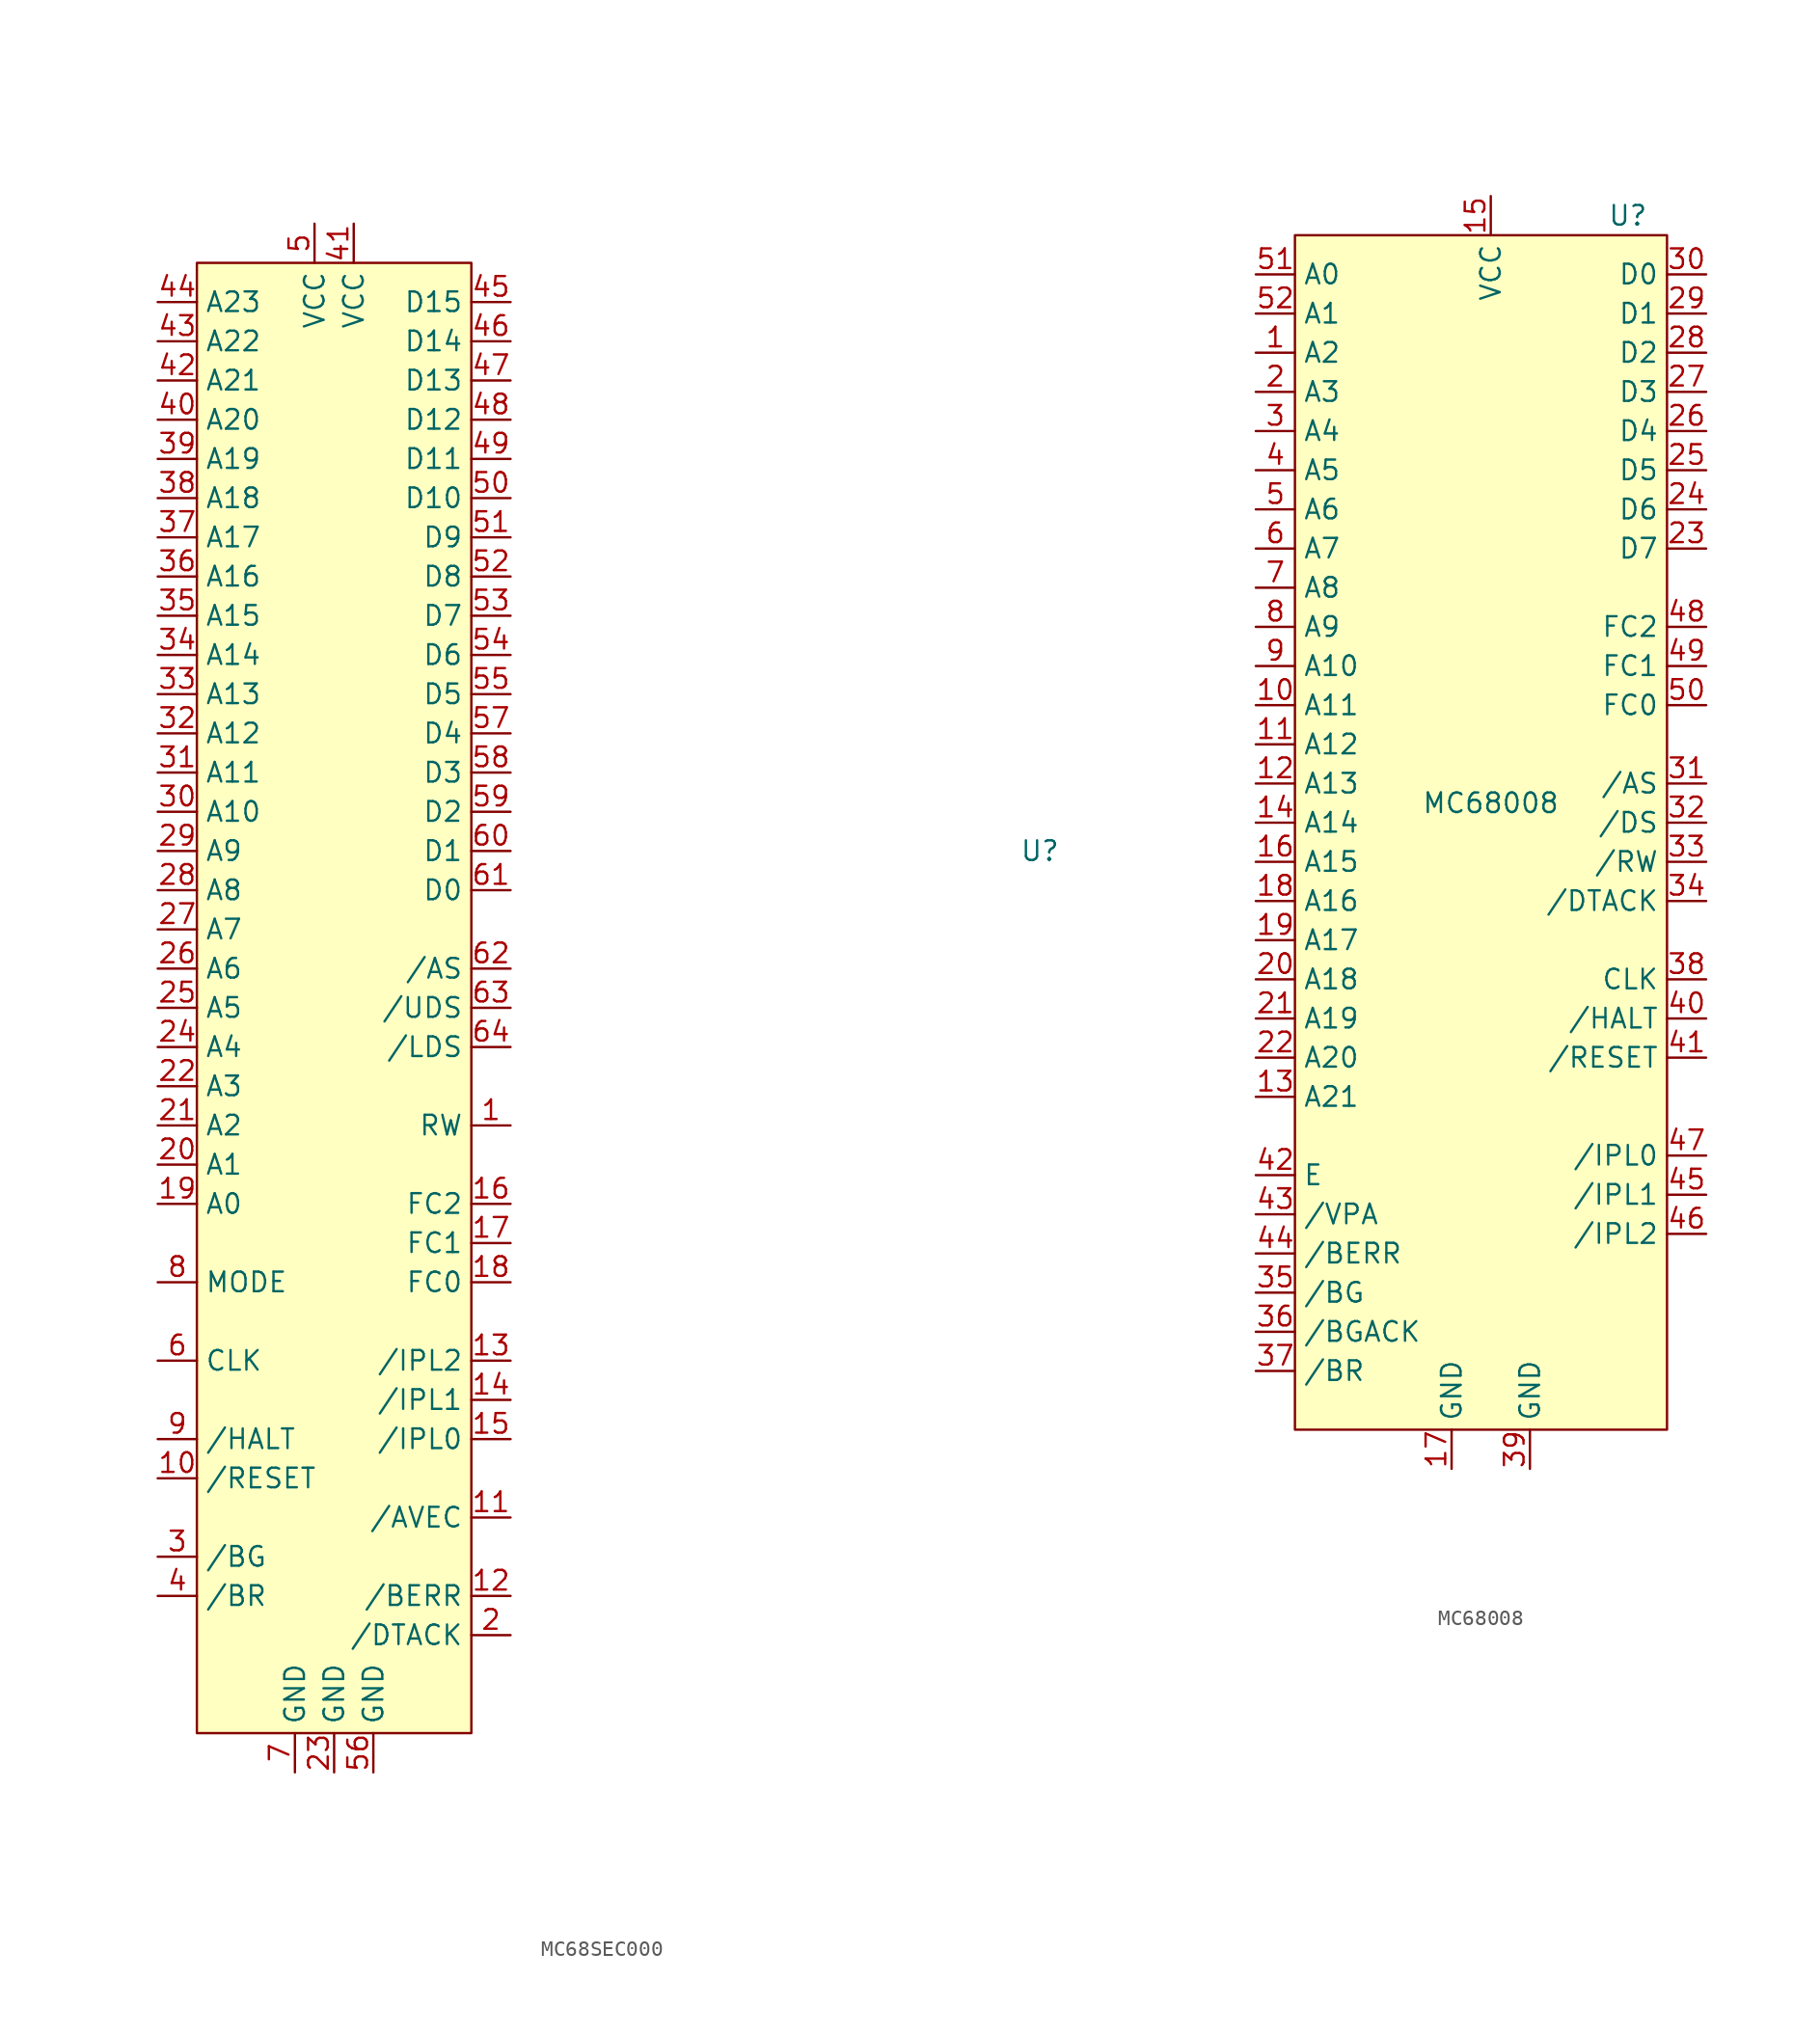
<source format=kicad_sym>
(kicad_symbol_lib
  (version 20231120)
  (generator "kicad_symbol_editor")
  (generator_version "8.0")
  (symbol "MC68SEC000"
    (property "Reference" "U"
      (at 0 0 0)
      (effects (font (size 1.27 1.27))))
    (property "Value" ""
      (at 0 0 0)
      (effects (font (size 1.27 1.27))))
    (symbol "MC68SEC000_1_1"
      (rectangle (start -54.61 38.1) (end -36.83 -57.15) (stroke (width 0) (type default)) (fill (type background)))
      (pin output line (at -34.29 -17.78 180) (length 2.54) (name "RW" (effects (font (size 1.27 1.27)))) (number "1" (effects (font (size 1.27 1.27)))))
      (pin input line (at -57.15 -40.64 0) (length 2.54) (name "/RESET" (effects (font (size 1.27 1.27)))) (number "10" (effects (font (size 1.27 1.27)))))
      (pin input line (at -34.29 -43.18 180) (length 2.54) (name "/AVEC" (effects (font (size 1.27 1.27)))) (number "11" (effects (font (size 1.27 1.27)))))
      (pin input line (at -34.29 -48.26 180) (length 2.54) (name "/BERR" (effects (font (size 1.27 1.27)))) (number "12" (effects (font (size 1.27 1.27)))))
      (pin input line (at -34.29 -33.02 180) (length 2.54) (name "/IPL2" (effects (font (size 1.27 1.27)))) (number "13" (effects (font (size 1.27 1.27)))))
      (pin input line (at -34.29 -35.56 180) (length 2.54) (name "/IPL1" (effects (font (size 1.27 1.27)))) (number "14" (effects (font (size 1.27 1.27)))))
      (pin input line (at -34.29 -38.1 180) (length 2.54) (name "/IPL0" (effects (font (size 1.27 1.27)))) (number "15" (effects (font (size 1.27 1.27)))))
      (pin output line (at -34.29 -22.86 180) (length 2.54) (name "FC2" (effects (font (size 1.27 1.27)))) (number "16" (effects (font (size 1.27 1.27)))))
      (pin output line (at -34.29 -25.4 180) (length 2.54) (name "FC1" (effects (font (size 1.27 1.27)))) (number "17" (effects (font (size 1.27 1.27)))))
      (pin output line (at -34.29 -27.94 180) (length 2.54) (name "FC0" (effects (font (size 1.27 1.27)))) (number "18" (effects (font (size 1.27 1.27)))))
      (pin output line (at -57.15 -22.86 0) (length 2.54) (name "A0" (effects (font (size 1.27 1.27)))) (number "19" (effects (font (size 1.27 1.27)))))
      (pin input line (at -34.29 -50.8 180) (length 2.54) (name "/DTACK" (effects (font (size 1.27 1.27)))) (number "2" (effects (font (size 1.27 1.27)))))
      (pin output line (at -57.15 -20.32 0) (length 2.54) (name "A1" (effects (font (size 1.27 1.27)))) (number "20" (effects (font (size 1.27 1.27)))))
      (pin output line (at -57.15 -17.78 0) (length 2.54) (name "A2" (effects (font (size 1.27 1.27)))) (number "21" (effects (font (size 1.27 1.27)))))
      (pin output line (at -57.15 -15.24 0) (length 2.54) (name "A3" (effects (font (size 1.27 1.27)))) (number "22" (effects (font (size 1.27 1.27)))))
      (pin power_in line (at -45.72 -59.69 90) (length 2.54) (name "GND" (effects (font (size 1.27 1.27)))) (number "23" (effects (font (size 1.27 1.27)))))
      (pin output line (at -57.15 -12.7 0) (length 2.54) (name "A4" (effects (font (size 1.27 1.27)))) (number "24" (effects (font (size 1.27 1.27)))))
      (pin output line (at -57.15 -10.16 0) (length 2.54) (name "A5" (effects (font (size 1.27 1.27)))) (number "25" (effects (font (size 1.27 1.27)))))
      (pin output line (at -57.15 -7.62 0) (length 2.54) (name "A6" (effects (font (size 1.27 1.27)))) (number "26" (effects (font (size 1.27 1.27)))))
      (pin output line (at -57.15 -5.08 0) (length 2.54) (name "A7" (effects (font (size 1.27 1.27)))) (number "27" (effects (font (size 1.27 1.27)))))
      (pin output line (at -57.15 -2.54 0) (length 2.54) (name "A8" (effects (font (size 1.27 1.27)))) (number "28" (effects (font (size 1.27 1.27)))))
      (pin output line (at -57.15 0 0) (length 2.54) (name "A9" (effects (font (size 1.27 1.27)))) (number "29" (effects (font (size 1.27 1.27)))))
      (pin output line (at -57.15 -45.72 0) (length 2.54) (name "/BG" (effects (font (size 1.27 1.27)))) (number "3" (effects (font (size 1.27 1.27)))))
      (pin output line (at -57.15 2.54 0) (length 2.54) (name "A10" (effects (font (size 1.27 1.27)))) (number "30" (effects (font (size 1.27 1.27)))))
      (pin output line (at -57.15 5.08 0) (length 2.54) (name "A11" (effects (font (size 1.27 1.27)))) (number "31" (effects (font (size 1.27 1.27)))))
      (pin output line (at -57.15 7.62 0) (length 2.54) (name "A12" (effects (font (size 1.27 1.27)))) (number "32" (effects (font (size 1.27 1.27)))))
      (pin output line (at -57.15 10.16 0) (length 2.54) (name "A13" (effects (font (size 1.27 1.27)))) (number "33" (effects (font (size 1.27 1.27)))))
      (pin output line (at -57.15 12.7 0) (length 2.54) (name "A14" (effects (font (size 1.27 1.27)))) (number "34" (effects (font (size 1.27 1.27)))))
      (pin output line (at -57.15 15.24 0) (length 2.54) (name "A15" (effects (font (size 1.27 1.27)))) (number "35" (effects (font (size 1.27 1.27)))))
      (pin output line (at -57.15 17.78 0) (length 2.54) (name "A16" (effects (font (size 1.27 1.27)))) (number "36" (effects (font (size 1.27 1.27)))))
      (pin output line (at -57.15 20.32 0) (length 2.54) (name "A17" (effects (font (size 1.27 1.27)))) (number "37" (effects (font (size 1.27 1.27)))))
      (pin output line (at -57.15 22.86 0) (length 2.54) (name "A18" (effects (font (size 1.27 1.27)))) (number "38" (effects (font (size 1.27 1.27)))))
      (pin output line (at -57.15 25.4 0) (length 2.54) (name "A19" (effects (font (size 1.27 1.27)))) (number "39" (effects (font (size 1.27 1.27)))))
      (pin input line (at -57.15 -48.26 0) (length 2.54) (name "/BR" (effects (font (size 1.27 1.27)))) (number "4" (effects (font (size 1.27 1.27)))))
      (pin output line (at -57.15 27.94 0) (length 2.54) (name "A20" (effects (font (size 1.27 1.27)))) (number "40" (effects (font (size 1.27 1.27)))))
      (pin power_in line (at -44.45 40.64 270) (length 2.54) (name "VCC" (effects (font (size 1.27 1.27)))) (number "41" (effects (font (size 1.27 1.27)))))
      (pin output line (at -57.15 30.48 0) (length 2.54) (name "A21" (effects (font (size 1.27 1.27)))) (number "42" (effects (font (size 1.27 1.27)))))
      (pin output line (at -57.15 33.02 0) (length 2.54) (name "A22" (effects (font (size 1.27 1.27)))) (number "43" (effects (font (size 1.27 1.27)))))
      (pin output line (at -57.15 35.56 0) (length 2.54) (name "A23" (effects (font (size 1.27 1.27)))) (number "44" (effects (font (size 1.27 1.27)))))
      (pin bidirectional line (at -34.29 35.56 180) (length 2.54) (name "D15" (effects (font (size 1.27 1.27)))) (number "45" (effects (font (size 1.27 1.27)))))
      (pin bidirectional line (at -34.29 33.02 180) (length 2.54) (name "D14" (effects (font (size 1.27 1.27)))) (number "46" (effects (font (size 1.27 1.27)))))
      (pin bidirectional line (at -34.29 30.48 180) (length 2.54) (name "D13" (effects (font (size 1.27 1.27)))) (number "47" (effects (font (size 1.27 1.27)))))
      (pin bidirectional line (at -34.29 27.94 180) (length 2.54) (name "D12" (effects (font (size 1.27 1.27)))) (number "48" (effects (font (size 1.27 1.27)))))
      (pin bidirectional line (at -34.29 25.4 180) (length 2.54) (name "D11" (effects (font (size 1.27 1.27)))) (number "49" (effects (font (size 1.27 1.27)))))
      (pin power_in line (at -46.99 40.64 270) (length 2.54) (name "VCC" (effects (font (size 1.27 1.27)))) (number "5" (effects (font (size 1.27 1.27)))))
      (pin bidirectional line (at -34.29 22.86 180) (length 2.54) (name "D10" (effects (font (size 1.27 1.27)))) (number "50" (effects (font (size 1.27 1.27)))))
      (pin bidirectional line (at -34.29 20.32 180) (length 2.54) (name "D9" (effects (font (size 1.27 1.27)))) (number "51" (effects (font (size 1.27 1.27)))))
      (pin bidirectional line (at -34.29 17.78 180) (length 2.54) (name "D8" (effects (font (size 1.27 1.27)))) (number "52" (effects (font (size 1.27 1.27)))))
      (pin bidirectional line (at -34.29 15.24 180) (length 2.54) (name "D7" (effects (font (size 1.27 1.27)))) (number "53" (effects (font (size 1.27 1.27)))))
      (pin bidirectional line (at -34.29 12.7 180) (length 2.54) (name "D6" (effects (font (size 1.27 1.27)))) (number "54" (effects (font (size 1.27 1.27)))))
      (pin bidirectional line (at -34.29 10.16 180) (length 2.54) (name "D5" (effects (font (size 1.27 1.27)))) (number "55" (effects (font (size 1.27 1.27)))))
      (pin power_in line (at -43.18 -59.69 90) (length 2.54) (name "GND" (effects (font (size 1.27 1.27)))) (number "56" (effects (font (size 1.27 1.27)))))
      (pin bidirectional line (at -34.29 7.62 180) (length 2.54) (name "D4" (effects (font (size 1.27 1.27)))) (number "57" (effects (font (size 1.27 1.27)))))
      (pin bidirectional line (at -34.29 5.08 180) (length 2.54) (name "D3" (effects (font (size 1.27 1.27)))) (number "58" (effects (font (size 1.27 1.27)))))
      (pin bidirectional line (at -34.29 2.54 180) (length 2.54) (name "D2" (effects (font (size 1.27 1.27)))) (number "59" (effects (font (size 1.27 1.27)))))
      (pin input line (at -57.15 -33.02 0) (length 2.54) (name "CLK" (effects (font (size 1.27 1.27)))) (number "6" (effects (font (size 1.27 1.27)))))
      (pin bidirectional line (at -34.29 0 180) (length 2.54) (name "D1" (effects (font (size 1.27 1.27)))) (number "60" (effects (font (size 1.27 1.27)))))
      (pin bidirectional line (at -34.29 -2.54 180) (length 2.54) (name "D0" (effects (font (size 1.27 1.27)))) (number "61" (effects (font (size 1.27 1.27)))))
      (pin output line (at -34.29 -7.62 180) (length 2.54) (name "/AS" (effects (font (size 1.27 1.27)))) (number "62" (effects (font (size 1.27 1.27)))))
      (pin output line (at -34.29 -10.16 180) (length 2.54) (name "/UDS" (effects (font (size 1.27 1.27)))) (number "63" (effects (font (size 1.27 1.27)))))
      (pin output line (at -34.29 -12.7 180) (length 2.54) (name "/LDS" (effects (font (size 1.27 1.27)))) (number "64" (effects (font (size 1.27 1.27)))))
      (pin power_in line (at -48.26 -59.69 90) (length 2.54) (name "GND" (effects (font (size 1.27 1.27)))) (number "7" (effects (font (size 1.27 1.27)))))
      (pin input line (at -57.15 -27.94 0) (length 2.54) (name "MODE" (effects (font (size 1.27 1.27)))) (number "8" (effects (font (size 1.27 1.27)))))
      (pin bidirectional line (at -57.15 -38.1 0) (length 2.54) (name "/HALT" (effects (font (size 1.27 1.27)))) (number "9" (effects (font (size 1.27 1.27)))))))
  (symbol "MC68008"
    (property "Reference" "U"
      (at 8.89 36.83 0)
      (effects (font (size 1.27 1.27))))
    (property "Value" "MC68008"
      (at 0 -1.27 0)
      (effects (font (size 1.27 1.27))))
    (symbol "MC68008_0_1"
      (rectangle (start -12.7 35.56) (end 11.43 -41.91) (stroke (width 0) (type default)) (fill (type background))))
    (symbol "MC68008_1_1"
      (pin output line (at -15.24 27.94 0) (length 2.54) (name "A2" (effects (font (size 1.27 1.27)))) (number "1" (effects (font (size 1.27 1.27)))))
      (pin output line (at -15.24 5.08 0) (length 2.54) (name "A11" (effects (font (size 1.27 1.27)))) (number "10" (effects (font (size 1.27 1.27)))))
      (pin output line (at -15.24 2.54 0) (length 2.54) (name "A12" (effects (font (size 1.27 1.27)))) (number "11" (effects (font (size 1.27 1.27)))))
      (pin output line (at -15.24 0 0) (length 2.54) (name "A13" (effects (font (size 1.27 1.27)))) (number "12" (effects (font (size 1.27 1.27)))))
      (pin output line (at -15.24 -20.32 0) (length 2.54) (name "A21" (effects (font (size 1.27 1.27)))) (number "13" (effects (font (size 1.27 1.27)))))
      (pin output line (at -15.24 -2.54 0) (length 2.54) (name "A14" (effects (font (size 1.27 1.27)))) (number "14" (effects (font (size 1.27 1.27)))))
      (pin power_in line (at 0 38.1 270) (length 2.54) (name "VCC" (effects (font (size 1.27 1.27)))) (number "15" (effects (font (size 1.27 1.27)))))
      (pin output line (at -15.24 -5.08 0) (length 2.54) (name "A15" (effects (font (size 1.27 1.27)))) (number "16" (effects (font (size 1.27 1.27)))))
      (pin power_in line (at -2.54 -44.45 90) (length 2.54) (name "GND" (effects (font (size 1.27 1.27)))) (number "17" (effects (font (size 1.27 1.27)))))
      (pin output line (at -15.24 -7.62 0) (length 2.54) (name "A16" (effects (font (size 1.27 1.27)))) (number "18" (effects (font (size 1.27 1.27)))))
      (pin output line (at -15.24 -10.16 0) (length 2.54) (name "A17" (effects (font (size 1.27 1.27)))) (number "19" (effects (font (size 1.27 1.27)))))
      (pin output line (at -15.24 25.4 0) (length 2.54) (name "A3" (effects (font (size 1.27 1.27)))) (number "2" (effects (font (size 1.27 1.27)))))
      (pin output line (at -15.24 -12.7 0) (length 2.54) (name "A18" (effects (font (size 1.27 1.27)))) (number "20" (effects (font (size 1.27 1.27)))))
      (pin output line (at -15.24 -15.24 0) (length 2.54) (name "A19" (effects (font (size 1.27 1.27)))) (number "21" (effects (font (size 1.27 1.27)))))
      (pin output line (at -15.24 -17.78 0) (length 2.54) (name "A20" (effects (font (size 1.27 1.27)))) (number "22" (effects (font (size 1.27 1.27)))))
      (pin bidirectional line (at 13.97 15.24 180) (length 2.54) (name "D7" (effects (font (size 1.27 1.27)))) (number "23" (effects (font (size 1.27 1.27)))))
      (pin bidirectional line (at 13.97 17.78 180) (length 2.54) (name "D6" (effects (font (size 1.27 1.27)))) (number "24" (effects (font (size 1.27 1.27)))))
      (pin bidirectional line (at 13.97 20.32 180) (length 2.54) (name "D5" (effects (font (size 1.27 1.27)))) (number "25" (effects (font (size 1.27 1.27)))))
      (pin bidirectional line (at 13.97 22.86 180) (length 2.54) (name "D4" (effects (font (size 1.27 1.27)))) (number "26" (effects (font (size 1.27 1.27)))))
      (pin bidirectional line (at 13.97 25.4 180) (length 2.54) (name "D3" (effects (font (size 1.27 1.27)))) (number "27" (effects (font (size 1.27 1.27)))))
      (pin bidirectional line (at 13.97 27.94 180) (length 2.54) (name "D2" (effects (font (size 1.27 1.27)))) (number "28" (effects (font (size 1.27 1.27)))))
      (pin bidirectional line (at 13.97 30.48 180) (length 2.54) (name "D1" (effects (font (size 1.27 1.27)))) (number "29" (effects (font (size 1.27 1.27)))))
      (pin output line (at -15.24 22.86 0) (length 2.54) (name "A4" (effects (font (size 1.27 1.27)))) (number "3" (effects (font (size 1.27 1.27)))))
      (pin bidirectional line (at 13.97 33.02 180) (length 2.54) (name "D0" (effects (font (size 1.27 1.27)))) (number "30" (effects (font (size 1.27 1.27)))))
      (pin output line (at 13.97 0 180) (length 2.54) (name "/AS" (effects (font (size 1.27 1.27)))) (number "31" (effects (font (size 1.27 1.27)))))
      (pin output line (at 13.97 -2.54 180) (length 2.54) (name "/DS" (effects (font (size 1.27 1.27)))) (number "32" (effects (font (size 1.27 1.27)))))
      (pin output line (at 13.97 -5.08 180) (length 2.54) (name "/RW" (effects (font (size 1.27 1.27)))) (number "33" (effects (font (size 1.27 1.27)))))
      (pin input line (at 13.97 -7.62 180) (length 2.54) (name "/DTACK" (effects (font (size 1.27 1.27)))) (number "34" (effects (font (size 1.27 1.27)))))
      (pin output line (at -15.24 -33.02 0) (length 2.54) (name "/BG" (effects (font (size 1.27 1.27)))) (number "35" (effects (font (size 1.27 1.27)))))
      (pin output line (at -15.24 -35.56 0) (length 2.54) (name "/BGACK" (effects (font (size 1.27 1.27)))) (number "36" (effects (font (size 1.27 1.27)))))
      (pin output line (at -15.24 -38.1 0) (length 2.54) (name "/BR" (effects (font (size 1.27 1.27)))) (number "37" (effects (font (size 1.27 1.27)))))
      (pin input line (at 13.97 -12.7 180) (length 2.54) (name "CLK" (effects (font (size 1.27 1.27)))) (number "38" (effects (font (size 1.27 1.27)))))
      (pin power_in line (at 2.54 -44.45 90) (length 2.54) (name "GND" (effects (font (size 1.27 1.27)))) (number "39" (effects (font (size 1.27 1.27)))))
      (pin output line (at -15.24 20.32 0) (length 2.54) (name "A5" (effects (font (size 1.27 1.27)))) (number "4" (effects (font (size 1.27 1.27)))))
      (pin input line (at 13.97 -15.24 180) (length 2.54) (name "/HALT" (effects (font (size 1.27 1.27)))) (number "40" (effects (font (size 1.27 1.27)))))
      (pin input line (at 13.97 -17.78 180) (length 2.54) (name "/RESET" (effects (font (size 1.27 1.27)))) (number "41" (effects (font (size 1.27 1.27)))))
      (pin output line (at -15.24 -25.4 0) (length 2.54) (name "E" (effects (font (size 1.27 1.27)))) (number "42" (effects (font (size 1.27 1.27)))))
      (pin output line (at -15.24 -27.94 0) (length 2.54) (name "/VPA" (effects (font (size 1.27 1.27)))) (number "43" (effects (font (size 1.27 1.27)))))
      (pin output line (at -15.24 -30.48 0) (length 2.54) (name "/BERR" (effects (font (size 1.27 1.27)))) (number "44" (effects (font (size 1.27 1.27)))))
      (pin input line (at 13.97 -26.67 180) (length 2.54) (name "/IPL1" (effects (font (size 1.27 1.27)))) (number "45" (effects (font (size 1.27 1.27)))))
      (pin input line (at 13.97 -29.21 180) (length 2.54) (name "/IPL2" (effects (font (size 1.27 1.27)))) (number "46" (effects (font (size 1.27 1.27)))))
      (pin input line (at 13.97 -24.13 180) (length 2.54) (name "/IPL0" (effects (font (size 1.27 1.27)))) (number "47" (effects (font (size 1.27 1.27)))))
      (pin output line (at 13.97 10.16 180) (length 2.54) (name "FC2" (effects (font (size 1.27 1.27)))) (number "48" (effects (font (size 1.27 1.27)))))
      (pin output line (at 13.97 7.62 180) (length 2.54) (name "FC1" (effects (font (size 1.27 1.27)))) (number "49" (effects (font (size 1.27 1.27)))))
      (pin output line (at -15.24 17.78 0) (length 2.54) (name "A6" (effects (font (size 1.27 1.27)))) (number "5" (effects (font (size 1.27 1.27)))))
      (pin output line (at 13.97 5.08 180) (length 2.54) (name "FC0" (effects (font (size 1.27 1.27)))) (number "50" (effects (font (size 1.27 1.27)))))
      (pin output line (at -15.24 33.02 0) (length 2.54) (name "A0" (effects (font (size 1.27 1.27)))) (number "51" (effects (font (size 1.27 1.27)))))
      (pin output line (at -15.24 30.48 0) (length 2.54) (name "A1" (effects (font (size 1.27 1.27)))) (number "52" (effects (font (size 1.27 1.27)))))
      (pin output line (at -15.24 15.24 0) (length 2.54) (name "A7" (effects (font (size 1.27 1.27)))) (number "6" (effects (font (size 1.27 1.27)))))
      (pin output line (at -15.24 12.7 0) (length 2.54) (name "A8" (effects (font (size 1.27 1.27)))) (number "7" (effects (font (size 1.27 1.27)))))
      (pin output line (at -15.24 10.16 0) (length 2.54) (name "A9" (effects (font (size 1.27 1.27)))) (number "8" (effects (font (size 1.27 1.27)))))
      (pin output line (at -15.24 7.62 0) (length 2.54) (name "A10" (effects (font (size 1.27 1.27)))) (number "9" (effects (font (size 1.27 1.27))))))))
</source>
